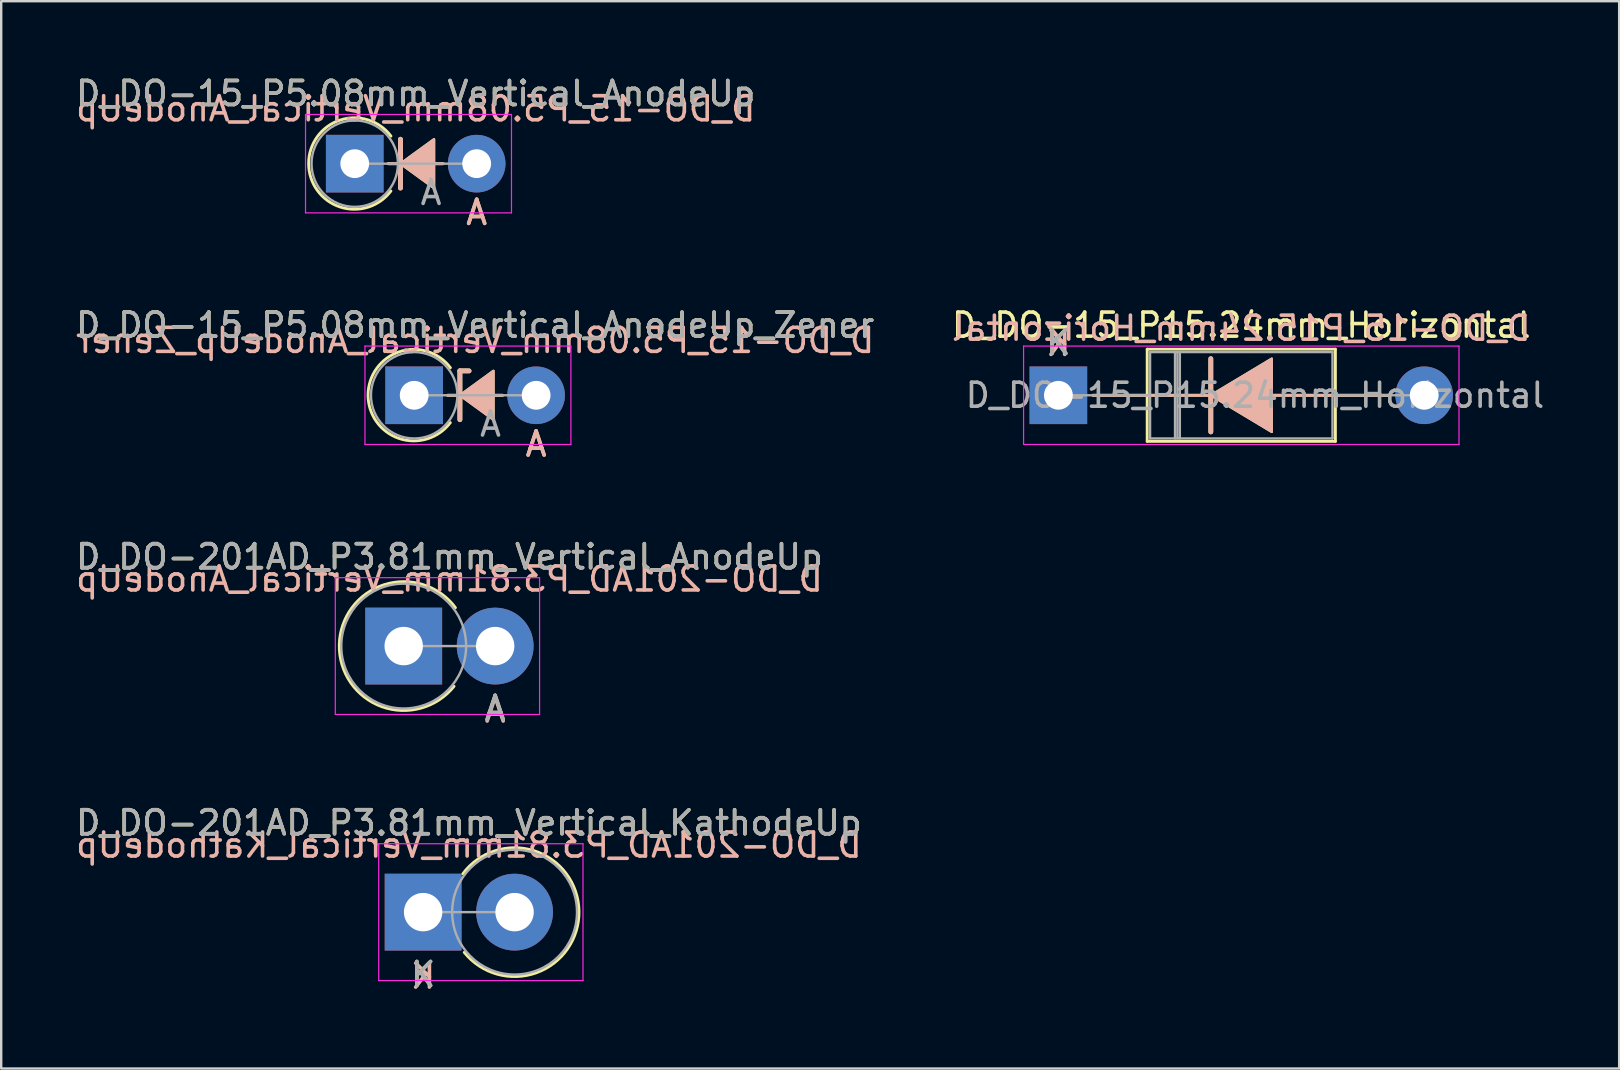
<source format=kicad_pcb>
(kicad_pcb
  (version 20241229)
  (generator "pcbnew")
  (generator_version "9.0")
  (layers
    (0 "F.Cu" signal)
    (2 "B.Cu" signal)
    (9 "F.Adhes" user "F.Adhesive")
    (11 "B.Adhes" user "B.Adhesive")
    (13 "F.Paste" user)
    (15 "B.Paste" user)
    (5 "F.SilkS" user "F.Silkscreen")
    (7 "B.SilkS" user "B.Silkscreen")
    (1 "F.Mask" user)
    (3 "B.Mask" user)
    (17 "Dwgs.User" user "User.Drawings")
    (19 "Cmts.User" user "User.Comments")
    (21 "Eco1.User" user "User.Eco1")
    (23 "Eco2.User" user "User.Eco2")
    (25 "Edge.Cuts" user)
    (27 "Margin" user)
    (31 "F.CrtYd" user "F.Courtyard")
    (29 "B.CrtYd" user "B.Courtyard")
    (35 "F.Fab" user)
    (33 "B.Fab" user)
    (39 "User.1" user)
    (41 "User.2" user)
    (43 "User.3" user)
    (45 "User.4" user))
  (footprint "D_DO-15_P5.08mm_Vertical_AnodeUp_Zener"
    (layer "F.Cu")
    (at 14.204 13.417)
    (property "Reference" "D_DO-15_P5.08mm_Vertical_AnodeUp_Zener" (at 2.54 -2.92 0) (layer "F.SilkS") (effects (font (size 1 1) (thickness 0.15))))
    (fp_line (start 1.397 0) (end 2.413 0) (stroke (width 0.12) (type solid)) (layer "F.SilkS"))
    (fp_line (start 1.905 -1.016) (end 1.905 1.016) (stroke (width 0.2) (type solid)) (layer "F.SilkS"))
    (fp_line (start 1.905 -1.016) (end 2.286 -1.016) (stroke (width 0.2) (type solid)) (layer "F.SilkS"))
    (fp_line (start 1.92 0) (end 3.683 0) (stroke (width 0.12) (type solid)) (layer "F.SilkS"))
    (fp_arc (start 1.506315 1.139497) (mid -1.921017 -0.00711) (end 1.507982 -1.148722) (stroke (width 0.12) (type solid)) (layer "F.SilkS"))
    (fp_poly (pts (xy 3.302 1.016) (xy 1.905 0) (xy 3.302 -1.016)) (stroke (width 0.1) (type solid)) (fill yes) (layer "F.SilkS"))
    (fp_line (start 1.397 0) (end 2.413 0) (stroke (width 0.12) (type solid)) (layer "B.SilkS"))
    (fp_line (start 1.905 -1.016) (end 2.286 -1.016) (stroke (width 0.2) (type solid)) (layer "B.SilkS"))
    (fp_line (start 1.905 1.016) (end 1.905 -1.016) (stroke (width 0.2) (type solid)) (layer "B.SilkS"))
    (fp_line (start 1.92 0) (end 3.683 0) (stroke (width 0.12) (type solid)) (layer "B.SilkS"))
    (fp_poly (pts (xy 3.302 -1.016) (xy 1.905 0) (xy 3.302 1.016)) (stroke (width 0.1) (type solid)) (fill yes) (layer "B.SilkS"))
    (fp_line (start -2.05 -2.05) (end -2.05 2.05) (stroke (width 0.05) (type solid)) (layer "F.CrtYd"))
    (fp_line (start -2.05 2.05) (end 6.53 2.05) (stroke (width 0.05) (type solid)) (layer "F.CrtYd"))
    (fp_line (start 6.53 -2.05) (end -2.05 -2.05) (stroke (width 0.05) (type solid)) (layer "F.CrtYd"))
    (fp_line (start 6.53 2.05) (end 6.53 -2.05) (stroke (width 0.05) (type solid)) (layer "F.CrtYd"))
    (fp_line (start 0 0) (end 5.08 0) (stroke (width 0.1) (type solid)) (layer "F.Fab"))
    (fp_circle (center 0 0) (end 1.8 0) (stroke (width 0.1) (type solid)) (fill no) (layer "F.Fab"))
    (fp_text user "A" (at 5.08 2.032 0) (layer "F.SilkS") (effects (font (size 1 1) (thickness 0.15))))
    (fp_text user "A" (at 5.08 2.032 0) (layer "B.SilkS") (effects (font (size 1 1) (thickness 0.15)) (justify mirror)))
    (fp_text user "${REFERENCE}" (at 2.54 -2.286 0) (layer "B.SilkS") (effects (font (size 1 1) (thickness 0.15)) (justify mirror)))
    (fp_text user "${REFERENCE}" (at 2.54 -2.92 0) (layer "F.Fab") (effects (font (size 1 1) (thickness 0.15))))
    (fp_text user "A" (at 3.18 1.2 0) (layer "F.Fab") (effects (font (size 1 1) (thickness 0.15))))
    (pad "1" thru_hole rect (at 0 0) (size 2.4 2.4) (drill 1.2) (layers "*.Cu" "*.Mask"))
    (pad "2" thru_hole oval (at 5.08 0) (size 2.4 2.4) (drill 1.2) (layers "*.Cu" "*.Mask")))
  (footprint "D_DO-201AD_P3.81mm_Vertical_AnodeUp"
    (layer "F.Cu")
    (at 13.768 23.865)
    (property "Reference" "D_DO-201AD_P3.81mm_Vertical_AnodeUp" (at 1.905 -3.72 0) (layer "F.SilkS") (effects (font (size 1 1) (thickness 0.15))))
    (fp_arc (start 2.096636 1.675386) (mid -2.683382 -0.047582) (end 2.154716 -1.6) (stroke (width 0.12) (type solid)) (layer "F.SilkS"))
    (fp_line (start -2.85 -2.85) (end -2.85 2.85) (stroke (width 0.05) (type solid)) (layer "F.CrtYd"))
    (fp_line (start -2.85 2.85) (end 5.66 2.85) (stroke (width 0.05) (type solid)) (layer "F.CrtYd"))
    (fp_line (start 5.66 -2.85) (end -2.85 -2.85) (stroke (width 0.05) (type solid)) (layer "F.CrtYd"))
    (fp_line (start 5.66 2.85) (end 5.66 -2.85) (stroke (width 0.05) (type solid)) (layer "F.CrtYd"))
    (fp_line (start 0 0) (end 3.81 0) (stroke (width 0.1) (type solid)) (layer "F.Fab"))
    (fp_circle (center 0 0) (end 2.6 0) (stroke (width 0.1) (type solid)) (fill no) (layer "F.Fab"))
    (fp_text user "A" (at 3.81 2.6 0) (layer "F.SilkS") (effects (font (size 1 1) (thickness 0.15))))
    (fp_text user "${REFERENCE}" (at 1.905 -2.794 0) (layer "B.SilkS") (effects (font (size 1 1) (thickness 0.15)) (justify mirror)))
    (fp_text user "A" (at 3.81 2.667 0) (layer "B.SilkS") (effects (font (size 1 1) (thickness 0.15)) (justify mirror)))
    (fp_text user "${REFERENCE}" (at 1.905 -3.72 0) (layer "F.Fab") (effects (font (size 1 1) (thickness 0.15))))
    (fp_text user "A" (at 3.81 2.6 0) (layer "F.Fab") (effects (font (size 1 1) (thickness 0.15))))
    (pad "1" thru_hole rect (at 0 0) (size 3.2 3.2) (drill 1.6) (layers "*.Cu" "*.Mask"))
    (pad "2" thru_hole oval (at 3.81 0) (size 3.2 3.2) (drill 1.6) (layers "*.Cu" "*.Mask")))
  (footprint "D_DO-15_P5.08mm_Vertical_AnodeUp"
    (layer "F.Cu")
    (at 11.728 3.768)
    (property "Reference" "D_DO-15_P5.08mm_Vertical_AnodeUp" (at 2.54 -2.92 0) (layer "F.SilkS") (effects (font (size 1 1) (thickness 0.15))))
    (fp_line (start 1.397 0) (end 2.413 0) (stroke (width 0.12) (type solid)) (layer "F.SilkS"))
    (fp_line (start 1.905 -1.016) (end 1.905 1.016) (stroke (width 0.2) (type solid)) (layer "F.SilkS"))
    (fp_line (start 1.92 0) (end 3.683 0) (stroke (width 0.12) (type solid)) (layer "F.SilkS"))
    (fp_arc (start 1.506315 1.139497) (mid -1.921017 -0.00711) (end 1.507982 -1.148722) (stroke (width 0.12) (type solid)) (layer "F.SilkS"))
    (fp_poly (pts (xy 3.302 1.016) (xy 1.905 0) (xy 3.302 -1.016)) (stroke (width 0.1) (type solid)) (fill yes) (layer "F.SilkS"))
    (fp_line (start 1.397 0) (end 2.413 0) (stroke (width 0.12) (type solid)) (layer "B.SilkS"))
    (fp_line (start 1.905 1.016) (end 1.905 -1.016) (stroke (width 0.2) (type solid)) (layer "B.SilkS"))
    (fp_line (start 1.92 0) (end 3.683 0) (stroke (width 0.12) (type solid)) (layer "B.SilkS"))
    (fp_poly (pts (xy 3.302 -1.016) (xy 1.905 0) (xy 3.302 1.016)) (stroke (width 0.1) (type solid)) (fill yes) (layer "B.SilkS"))
    (fp_line (start -2.05 -2.05) (end -2.05 2.05) (stroke (width 0.05) (type solid)) (layer "F.CrtYd"))
    (fp_line (start -2.05 2.05) (end 6.53 2.05) (stroke (width 0.05) (type solid)) (layer "F.CrtYd"))
    (fp_line (start 6.53 -2.05) (end -2.05 -2.05) (stroke (width 0.05) (type solid)) (layer "F.CrtYd"))
    (fp_line (start 6.53 2.05) (end 6.53 -2.05) (stroke (width 0.05) (type solid)) (layer "F.CrtYd"))
    (fp_line (start 0 0) (end 5.08 0) (stroke (width 0.1) (type solid)) (layer "F.Fab"))
    (fp_circle (center 0 0) (end 1.8 0) (stroke (width 0.1) (type solid)) (fill no) (layer "F.Fab"))
    (fp_text user "A" (at 5.08 2.032 0) (layer "F.SilkS") (effects (font (size 1 1) (thickness 0.15))))
    (fp_text user "${REFERENCE}" (at 2.54 -2.286 0) (layer "B.SilkS") (effects (font (size 1 1) (thickness 0.15)) (justify mirror)))
    (fp_text user "A" (at 5.08 2.032 0) (layer "B.SilkS") (effects (font (size 1 1) (thickness 0.15)) (justify mirror)))
    (fp_text user "${REFERENCE}" (at 2.54 -2.92 0) (layer "F.Fab") (effects (font (size 1 1) (thickness 0.15))))
    (fp_text user "A" (at 3.18 1.2 0) (layer "F.Fab") (effects (font (size 1 1) (thickness 0.15))))
    (pad "1" thru_hole rect (at 0 0) (size 2.4 2.4) (drill 1.2) (layers "*.Cu" "*.Mask"))
    (pad "2" thru_hole oval (at 5.08 0) (size 2.4 2.4) (drill 1.2) (layers "*.Cu" "*.Mask")))
  (footprint "D_DO-201AD_P3.81mm_Vertical_KathodeUp"
    (layer "F.Cu")
    (at 14.577 34.949)
    (property "Reference" "D_DO-201AD_P3.81mm_Vertical_KathodeUp" (at 1.905 -3.72 0) (layer "F.SilkS") (effects (font (size 1 1) (thickness 0.15))))
    (fp_arc (start 1.655284 -1.6) (mid 6.493382 -0.047582) (end 1.713364 1.675386) (stroke (width 0.12) (type solid)) (layer "F.SilkS"))
    (fp_line (start -1.85 -2.85) (end -1.85 2.85) (stroke (width 0.05) (type solid)) (layer "F.CrtYd"))
    (fp_line (start -1.85 2.85) (end 6.66 2.85) (stroke (width 0.05) (type solid)) (layer "F.CrtYd"))
    (fp_line (start 6.66 -2.85) (end -1.85 -2.85) (stroke (width 0.05) (type solid)) (layer "F.CrtYd"))
    (fp_line (start 6.66 2.85) (end 6.66 -2.85) (stroke (width 0.05) (type solid)) (layer "F.CrtYd"))
    (fp_line (start 0 0) (end 3.81 0) (stroke (width 0.1) (type solid)) (layer "F.Fab"))
    (fp_circle (center 3.81 0) (end 6.41 0) (stroke (width 0.1) (type solid)) (fill no) (layer "F.Fab"))
    (fp_text user "K" (at 0 2.6 0) (layer "F.SilkS") (effects (font (size 1 1) (thickness 0.15))))
    (fp_text user "${REFERENCE}" (at 1.905 -2.794 0) (layer "B.SilkS") (effects (font (size 1 1) (thickness 0.15)) (justify mirror)))
    (fp_text user "K" (at 0 2.667 0) (layer "B.SilkS") (effects (font (size 1 1) (thickness 0.15)) (justify mirror)))
    (fp_text user "K" (at 0 2.6 0) (layer "F.Fab") (effects (font (size 1 1) (thickness 0.15))))
    (fp_text user "${REFERENCE}" (at 1.905 -3.72 0) (layer "F.Fab") (effects (font (size 1 1) (thickness 0.15))))
    (pad "1" thru_hole rect (at 0 0) (size 3.2 3.2) (drill 1.6) (layers "*.Cu" "*.Mask"))
    (pad "2" thru_hole oval (at 3.81 0) (size 3.2 3.2) (drill 1.6) (layers "*.Cu" "*.Mask")))
  (footprint "D_DO-15_P15.24mm_Horizontal"
    (layer "F.Cu")
    (at 41.041 13.417)
    (property "Reference" "D_DO-15_P15.24mm_Horizontal" (at 7.62 -2.92 0) (layer "F.SilkS") (effects (font (size 1 1) (thickness 0.15))))
    (fp_line (start 1.44 0) (end 3.7 0) (stroke (width 0.12) (type solid)) (layer "F.SilkS"))
    (fp_line (start 3.7 -1.92) (end 3.7 1.92) (stroke (width 0.12) (type solid)) (layer "F.SilkS"))
    (fp_line (start 3.7 1.92) (end 11.54 1.92) (stroke (width 0.12) (type solid)) (layer "F.SilkS"))
    (fp_line (start 6.35 -1.524) (end 6.35 1.524) (stroke (width 0.2) (type solid)) (layer "F.SilkS"))
    (fp_line (start 6.35 0) (end 3.683 0) (stroke (width 0.12) (type solid)) (layer "F.SilkS"))
    (fp_line (start 11.54 -1.92) (end 3.7 -1.92) (stroke (width 0.12) (type solid)) (layer "F.SilkS"))
    (fp_line (start 11.54 0) (end 8.89 0) (stroke (width 0.12) (type solid)) (layer "F.SilkS"))
    (fp_line (start 11.54 1.92) (end 11.54 -1.92) (stroke (width 0.12) (type solid)) (layer "F.SilkS"))
    (fp_line (start 13.8 0) (end 11.54 0) (stroke (width 0.12) (type solid)) (layer "F.SilkS"))
    (fp_poly (pts (xy 8.89 1.524) (xy 6.35 0) (xy 8.89 -1.524)) (stroke (width 0.1) (type solid)) (fill yes) (layer "F.SilkS"))
    (fp_line (start 1.44 0) (end 3.7 0) (stroke (width 0.12) (type solid)) (layer "B.SilkS"))
    (fp_line (start 6.35 0) (end 3.683 0) (stroke (width 0.12) (type solid)) (layer "B.SilkS"))
    (fp_line (start 6.35 1.524) (end 6.35 -1.524) (stroke (width 0.2) (type solid)) (layer "B.SilkS"))
    (fp_line (start 11.54 0) (end 8.89 0) (stroke (width 0.12) (type solid)) (layer "B.SilkS"))
    (fp_line (start 13.8 0) (end 11.54 0) (stroke (width 0.12) (type solid)) (layer "B.SilkS"))
    (fp_poly (pts (xy 8.89 -1.524) (xy 6.35 0) (xy 8.89 1.524)) (stroke (width 0.1) (type solid)) (fill yes) (layer "B.SilkS"))
    (fp_line (start -1.45 -2.05) (end -1.45 2.05) (stroke (width 0.05) (type solid)) (layer "F.CrtYd"))
    (fp_line (start -1.45 2.05) (end 16.69 2.05) (stroke (width 0.05) (type solid)) (layer "F.CrtYd"))
    (fp_line (start 16.69 -2.05) (end -1.45 -2.05) (stroke (width 0.05) (type solid)) (layer "F.CrtYd"))
    (fp_line (start 16.69 2.05) (end 16.69 -2.05) (stroke (width 0.05) (type solid)) (layer "F.CrtYd"))
    (fp_line (start 0 0) (end 3.82 0) (stroke (width 0.1) (type solid)) (layer "F.Fab"))
    (fp_line (start 3.82 -1.8) (end 3.82 1.8) (stroke (width 0.1) (type solid)) (layer "F.Fab"))
    (fp_line (start 3.82 1.8) (end 11.42 1.8) (stroke (width 0.1) (type solid)) (layer "F.Fab"))
    (fp_line (start 4.86 -1.8) (end 4.86 1.8) (stroke (width 0.1) (type solid)) (layer "F.Fab"))
    (fp_line (start 4.96 -1.8) (end 4.96 1.8) (stroke (width 0.1) (type solid)) (layer "F.Fab"))
    (fp_line (start 5.06 -1.8) (end 5.06 1.8) (stroke (width 0.1) (type solid)) (layer "F.Fab"))
    (fp_line (start 11.42 -1.8) (end 3.82 -1.8) (stroke (width 0.1) (type solid)) (layer "F.Fab"))
    (fp_line (start 11.42 1.8) (end 11.42 -1.8) (stroke (width 0.1) (type solid)) (layer "F.Fab"))
    (fp_line (start 15.24 0) (end 11.42 0) (stroke (width 0.1) (type solid)) (layer "F.Fab"))
    (fp_text user "K" (at 0 -2.2 0) (layer "F.SilkS") (effects (font (size 1 1) (thickness 0.15))))
    (fp_text user "${REFERENCE}" (at 7.62 -2.794 0) (layer "B.SilkS") (effects (font (size 1 1) (thickness 0.15)) (justify mirror)))
    (fp_text user "K" (at 0 -2.159 0) (layer "B.SilkS") (effects (font (size 1 1) (thickness 0.15)) (justify mirror)))
    (fp_text user "K" (at 0 -2.2 0) (layer "F.Fab") (effects (font (size 1 1) (thickness 0.15))))
    (fp_text user "${REFERENCE}" (at 8.19 0 0) (layer "F.Fab") (effects (font (size 1 1) (thickness 0.15))))
    (pad "1" thru_hole rect (at 0 0) (size 2.4 2.4) (drill 1.2) (layers "*.Cu" "*.Mask"))
    (pad "2" thru_hole oval (at 15.24 0) (size 2.4 2.4) (drill 1.2) (layers "*.Cu" "*.Mask")))
  (gr_rect
    (start -3 -3)
    (end 64.403 41.464)
    (stroke (width 0.1) (type default))
    (fill no)
    (layer "Edge.Cuts")))
</source>
